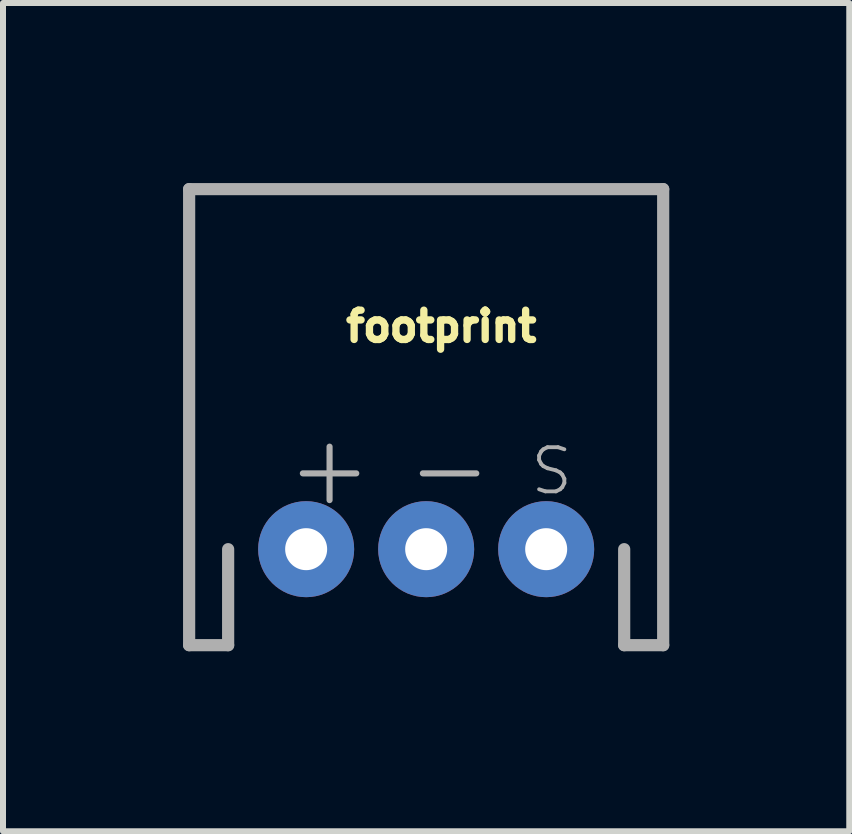
<source format=kicad_pcb>
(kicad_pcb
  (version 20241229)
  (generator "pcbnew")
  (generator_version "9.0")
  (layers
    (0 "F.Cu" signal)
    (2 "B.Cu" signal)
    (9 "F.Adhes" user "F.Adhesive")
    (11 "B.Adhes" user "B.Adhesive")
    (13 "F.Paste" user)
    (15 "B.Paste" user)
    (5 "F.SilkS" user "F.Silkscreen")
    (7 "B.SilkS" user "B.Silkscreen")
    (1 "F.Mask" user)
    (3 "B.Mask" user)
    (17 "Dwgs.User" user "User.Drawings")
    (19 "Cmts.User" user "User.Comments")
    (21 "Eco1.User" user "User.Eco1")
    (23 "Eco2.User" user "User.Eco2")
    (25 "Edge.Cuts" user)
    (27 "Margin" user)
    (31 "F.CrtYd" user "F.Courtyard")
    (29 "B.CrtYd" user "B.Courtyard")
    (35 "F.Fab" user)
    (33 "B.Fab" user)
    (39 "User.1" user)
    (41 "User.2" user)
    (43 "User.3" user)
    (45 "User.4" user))
  (footprint "footprint"
    (layer "F.Cu")
    (at 4.052 6.102)
    (property "Reference" "footprint" (at -1.397 -3.429 0) (layer "F.SilkS") (effects (font (size 0.488 0.488) (thickness 0.122)) (justify left bottom)))
    (fp_line (start -3.95 -6) (end 3.95 -6) (stroke (width 0.203) (type solid)) (layer "F.Fab"))
    (fp_line (start -3.95 1.6) (end -3.95 -6) (stroke (width 0.203) (type solid)) (layer "F.Fab"))
    (fp_line (start -3.95 1.6) (end -3.3 1.6) (stroke (width 0.203) (type solid)) (layer "F.Fab"))
    (fp_line (start -3.3 1.6) (end -3.3 0) (stroke (width 0.203) (type solid)) (layer "F.Fab"))
    (fp_line (start 3.3 1.6) (end 3.3 0) (stroke (width 0.203) (type solid)) (layer "F.Fab"))
    (fp_line (start 3.95 -6) (end 3.95 1.6) (stroke (width 0.203) (type solid)) (layer "F.Fab"))
    (fp_line (start 3.95 1.6) (end 3.3 1.6) (stroke (width 0.203) (type solid)) (layer "F.Fab"))
    (fp_text user "+" (at -2.4 -0.67 0) (layer "F.Fab") (effects (font (size 1.168 1.168) (thickness 0.102)) (justify left bottom)))
    (fp_text user "S" (at 1.7 -0.87 0) (layer "F.Fab") (effects (font (size 0.736 0.736) (thickness 0.064)) (justify left bottom)))
    (fp_text user "-" (at -0.4 -0.67 0) (layer "F.Fab") (effects (font (size 1.168 1.168) (thickness 0.102)) (justify left bottom)))
    (pad "1" thru_hole circle (at -2 0) (size 1.6 1.6) (drill 0.7) (layers "*.Cu" "*.Mask"))
    (pad "2" thru_hole circle (at 0 0) (size 1.6 1.6) (drill 0.7) (layers "*.Cu" "*.Mask"))
    (pad "3" thru_hole circle (at 2 0) (size 1.6 1.6) (drill 0.7) (layers "*.Cu" "*.Mask")))
  (gr_rect
    (start -3 -3)
    (end 11.103 10.803)
    (stroke (width 0.1) (type default))
    (fill no)
    (layer "Edge.Cuts")))
</source>
